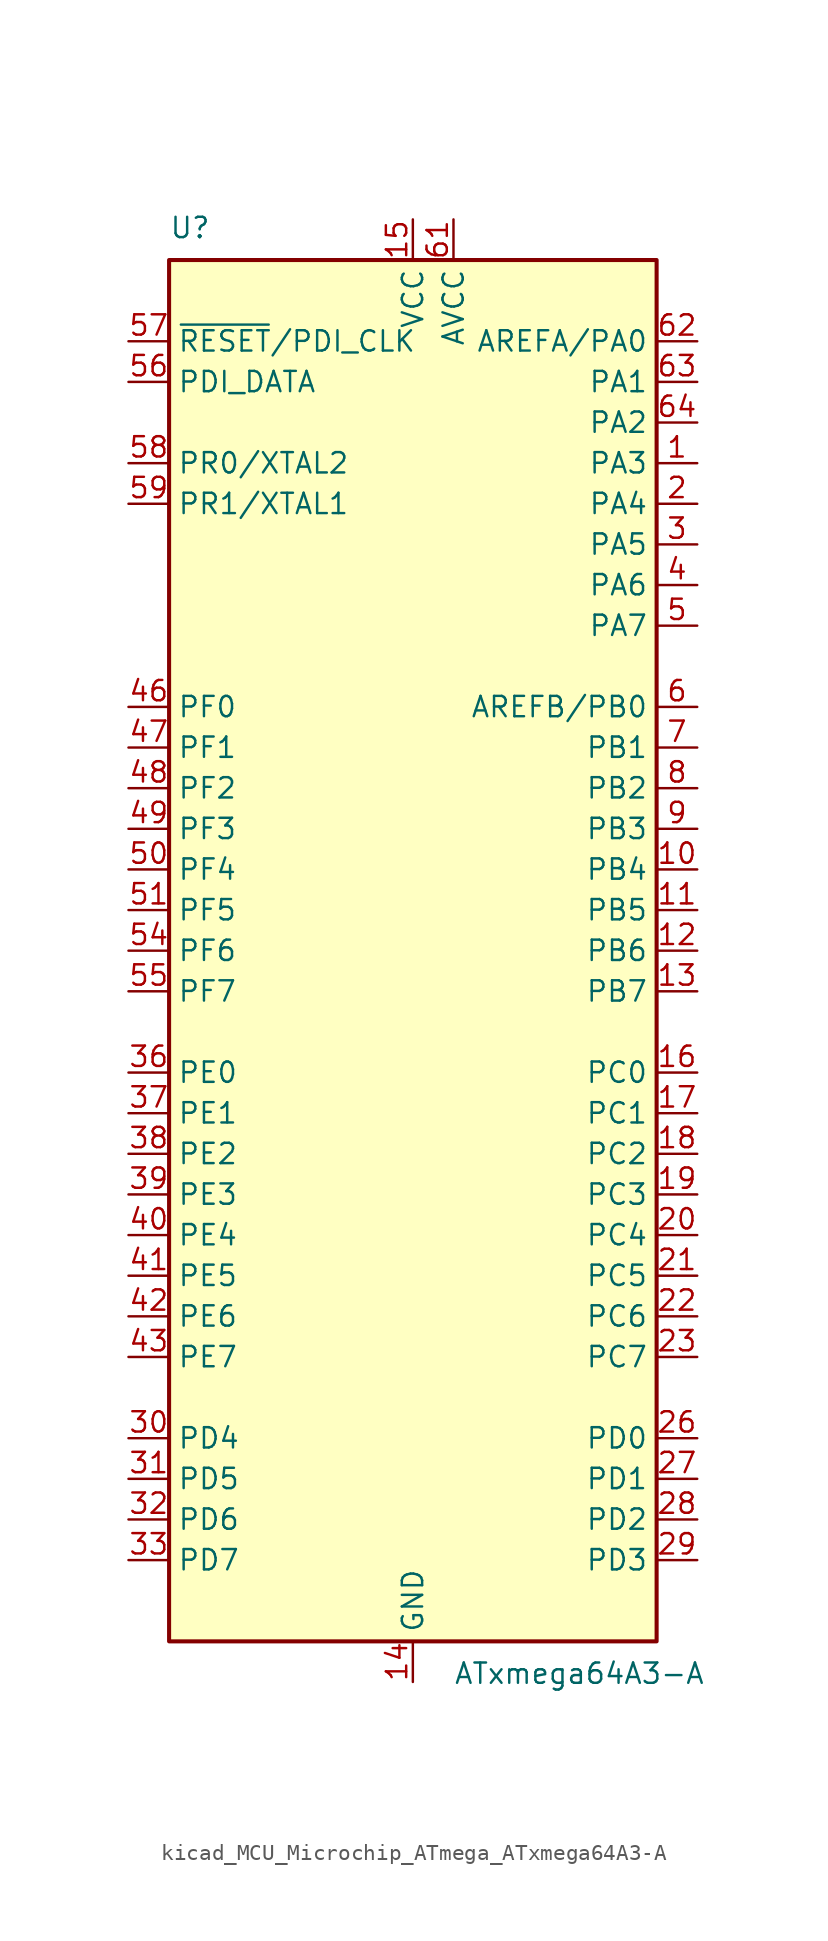
<source format=kicad_sym>
(kicad_symbol_lib
  (version 20220914)
  (generator kicad_symbol_editor)
  (symbol "kicad_MCU_Microchip_ATmega_ATxmega64A3-A"
    (property "Reference" "U"
      (at -15.24 44.45 0)
      (effects (font (size 1.27 1.27)) (justify left bottom)))
    (property "Value" "ATxmega64A3-A"
      (at 2.54 -44.45 0)
      (effects (font (size 1.27 1.27)) (justify left top)))
    (symbol "kicad_MCU_Microchip_ATmega_ATxmega64A3-A_0_1"
      (rectangle (start -15.24 -43.18) (end 15.24 43.18) (stroke (width 0.254) (type default)) (fill (type background))))
    (symbol "kicad_MCU_Microchip_ATmega_ATxmega64A3-A_1_1"
      (pin bidirectional line (at 17.78 30.48 180) (length 2.54) (name "PA3" (effects (font (size 1.27 1.27)))) (number "1" (effects (font (size 1.27 1.27)))))
      (pin bidirectional line (at 17.78 5.08 180) (length 2.54) (name "PB4" (effects (font (size 1.27 1.27)))) (number "10" (effects (font (size 1.27 1.27)))))
      (pin bidirectional line (at 17.78 2.54 180) (length 2.54) (name "PB5" (effects (font (size 1.27 1.27)))) (number "11" (effects (font (size 1.27 1.27)))))
      (pin bidirectional line (at 17.78 0 180) (length 2.54) (name "PB6" (effects (font (size 1.27 1.27)))) (number "12" (effects (font (size 1.27 1.27)))))
      (pin bidirectional line (at 17.78 -2.54 180) (length 2.54) (name "PB7" (effects (font (size 1.27 1.27)))) (number "13" (effects (font (size 1.27 1.27)))))
      (pin power_in line (at 0 -45.72 90) (length 2.54) (name "GND" (effects (font (size 1.27 1.27)))) (number "14" (effects (font (size 1.27 1.27)))))
      (pin power_in line (at 0 45.72 270) (length 2.54) (name "VCC" (effects (font (size 1.27 1.27)))) (number "15" (effects (font (size 1.27 1.27)))))
      (pin bidirectional line (at 17.78 -7.62 180) (length 2.54) (name "PC0" (effects (font (size 1.27 1.27)))) (number "16" (effects (font (size 1.27 1.27)))))
      (pin bidirectional line (at 17.78 -10.16 180) (length 2.54) (name "PC1" (effects (font (size 1.27 1.27)))) (number "17" (effects (font (size 1.27 1.27)))))
      (pin bidirectional line (at 17.78 -12.7 180) (length 2.54) (name "PC2" (effects (font (size 1.27 1.27)))) (number "18" (effects (font (size 1.27 1.27)))))
      (pin bidirectional line (at 17.78 -15.24 180) (length 2.54) (name "PC3" (effects (font (size 1.27 1.27)))) (number "19" (effects (font (size 1.27 1.27)))))
      (pin bidirectional line (at 17.78 27.94 180) (length 2.54) (name "PA4" (effects (font (size 1.27 1.27)))) (number "2" (effects (font (size 1.27 1.27)))))
      (pin bidirectional line (at 17.78 -17.78 180) (length 2.54) (name "PC4" (effects (font (size 1.27 1.27)))) (number "20" (effects (font (size 1.27 1.27)))))
      (pin bidirectional line (at 17.78 -20.32 180) (length 2.54) (name "PC5" (effects (font (size 1.27 1.27)))) (number "21" (effects (font (size 1.27 1.27)))))
      (pin bidirectional line (at 17.78 -22.86 180) (length 2.54) (name "PC6" (effects (font (size 1.27 1.27)))) (number "22" (effects (font (size 1.27 1.27)))))
      (pin bidirectional line (at 17.78 -25.4 180) (length 2.54) (name "PC7" (effects (font (size 1.27 1.27)))) (number "23" (effects (font (size 1.27 1.27)))))
      (pin passive line (at 0 -45.72 90) (length 2.54) hide (name "GND" (effects (font (size 1.27 1.27)))) (number "24" (effects (font (size 1.27 1.27)))))
      (pin passive line (at 0 45.72 270) (length 2.54) hide (name "VCC" (effects (font (size 1.27 1.27)))) (number "25" (effects (font (size 1.27 1.27)))))
      (pin bidirectional line (at 17.78 -30.48 180) (length 2.54) (name "PD0" (effects (font (size 1.27 1.27)))) (number "26" (effects (font (size 1.27 1.27)))))
      (pin bidirectional line (at 17.78 -33.02 180) (length 2.54) (name "PD1" (effects (font (size 1.27 1.27)))) (number "27" (effects (font (size 1.27 1.27)))))
      (pin bidirectional line (at 17.78 -35.56 180) (length 2.54) (name "PD2" (effects (font (size 1.27 1.27)))) (number "28" (effects (font (size 1.27 1.27)))))
      (pin bidirectional line (at 17.78 -38.1 180) (length 2.54) (name "PD3" (effects (font (size 1.27 1.27)))) (number "29" (effects (font (size 1.27 1.27)))))
      (pin bidirectional line (at 17.78 25.4 180) (length 2.54) (name "PA5" (effects (font (size 1.27 1.27)))) (number "3" (effects (font (size 1.27 1.27)))))
      (pin bidirectional line (at -17.78 -30.48 0) (length 2.54) (name "PD4" (effects (font (size 1.27 1.27)))) (number "30" (effects (font (size 1.27 1.27)))))
      (pin bidirectional line (at -17.78 -33.02 0) (length 2.54) (name "PD5" (effects (font (size 1.27 1.27)))) (number "31" (effects (font (size 1.27 1.27)))))
      (pin bidirectional line (at -17.78 -35.56 0) (length 2.54) (name "PD6" (effects (font (size 1.27 1.27)))) (number "32" (effects (font (size 1.27 1.27)))))
      (pin bidirectional line (at -17.78 -38.1 0) (length 2.54) (name "PD7" (effects (font (size 1.27 1.27)))) (number "33" (effects (font (size 1.27 1.27)))))
      (pin passive line (at 0 -45.72 90) (length 2.54) hide (name "GND" (effects (font (size 1.27 1.27)))) (number "34" (effects (font (size 1.27 1.27)))))
      (pin passive line (at 0 45.72 270) (length 2.54) hide (name "VCC" (effects (font (size 1.27 1.27)))) (number "35" (effects (font (size 1.27 1.27)))))
      (pin bidirectional line (at -17.78 -7.62 0) (length 2.54) (name "PE0" (effects (font (size 1.27 1.27)))) (number "36" (effects (font (size 1.27 1.27)))))
      (pin bidirectional line (at -17.78 -10.16 0) (length 2.54) (name "PE1" (effects (font (size 1.27 1.27)))) (number "37" (effects (font (size 1.27 1.27)))))
      (pin bidirectional line (at -17.78 -12.7 0) (length 2.54) (name "PE2" (effects (font (size 1.27 1.27)))) (number "38" (effects (font (size 1.27 1.27)))))
      (pin bidirectional line (at -17.78 -15.24 0) (length 2.54) (name "PE3" (effects (font (size 1.27 1.27)))) (number "39" (effects (font (size 1.27 1.27)))))
      (pin bidirectional line (at 17.78 22.86 180) (length 2.54) (name "PA6" (effects (font (size 1.27 1.27)))) (number "4" (effects (font (size 1.27 1.27)))))
      (pin bidirectional line (at -17.78 -17.78 0) (length 2.54) (name "PE4" (effects (font (size 1.27 1.27)))) (number "40" (effects (font (size 1.27 1.27)))))
      (pin bidirectional line (at -17.78 -20.32 0) (length 2.54) (name "PE5" (effects (font (size 1.27 1.27)))) (number "41" (effects (font (size 1.27 1.27)))))
      (pin bidirectional line (at -17.78 -22.86 0) (length 2.54) (name "PE6" (effects (font (size 1.27 1.27)))) (number "42" (effects (font (size 1.27 1.27)))))
      (pin bidirectional line (at -17.78 -25.4 0) (length 2.54) (name "PE7" (effects (font (size 1.27 1.27)))) (number "43" (effects (font (size 1.27 1.27)))))
      (pin passive line (at 0 -45.72 90) (length 2.54) hide (name "GND" (effects (font (size 1.27 1.27)))) (number "44" (effects (font (size 1.27 1.27)))))
      (pin passive line (at 0 45.72 270) (length 2.54) hide (name "VCC" (effects (font (size 1.27 1.27)))) (number "45" (effects (font (size 1.27 1.27)))))
      (pin bidirectional line (at -17.78 15.24 0) (length 2.54) (name "PF0" (effects (font (size 1.27 1.27)))) (number "46" (effects (font (size 1.27 1.27)))))
      (pin bidirectional line (at -17.78 12.7 0) (length 2.54) (name "PF1" (effects (font (size 1.27 1.27)))) (number "47" (effects (font (size 1.27 1.27)))))
      (pin bidirectional line (at -17.78 10.16 0) (length 2.54) (name "PF2" (effects (font (size 1.27 1.27)))) (number "48" (effects (font (size 1.27 1.27)))))
      (pin bidirectional line (at -17.78 7.62 0) (length 2.54) (name "PF3" (effects (font (size 1.27 1.27)))) (number "49" (effects (font (size 1.27 1.27)))))
      (pin bidirectional line (at 17.78 20.32 180) (length 2.54) (name "PA7" (effects (font (size 1.27 1.27)))) (number "5" (effects (font (size 1.27 1.27)))))
      (pin bidirectional line (at -17.78 5.08 0) (length 2.54) (name "PF4" (effects (font (size 1.27 1.27)))) (number "50" (effects (font (size 1.27 1.27)))))
      (pin bidirectional line (at -17.78 2.54 0) (length 2.54) (name "PF5" (effects (font (size 1.27 1.27)))) (number "51" (effects (font (size 1.27 1.27)))))
      (pin passive line (at 0 -45.72 90) (length 2.54) hide (name "GND" (effects (font (size 1.27 1.27)))) (number "52" (effects (font (size 1.27 1.27)))))
      (pin passive line (at 0 45.72 270) (length 2.54) hide (name "VCC" (effects (font (size 1.27 1.27)))) (number "53" (effects (font (size 1.27 1.27)))))
      (pin bidirectional line (at -17.78 0 0) (length 2.54) (name "PF6" (effects (font (size 1.27 1.27)))) (number "54" (effects (font (size 1.27 1.27)))))
      (pin bidirectional line (at -17.78 -2.54 0) (length 2.54) (name "PF7" (effects (font (size 1.27 1.27)))) (number "55" (effects (font (size 1.27 1.27)))))
      (pin bidirectional line (at -17.78 35.56 0) (length 2.54) (name "PDI_DATA" (effects (font (size 1.27 1.27)))) (number "56" (effects (font (size 1.27 1.27)))))
      (pin input line (at -17.78 38.1 0) (length 2.54) (name "~{RESET}/PDI_CLK" (effects (font (size 1.27 1.27)))) (number "57" (effects (font (size 1.27 1.27)))))
      (pin bidirectional line (at -17.78 30.48 0) (length 2.54) (name "PR0/XTAL2" (effects (font (size 1.27 1.27)))) (number "58" (effects (font (size 1.27 1.27)))))
      (pin bidirectional line (at -17.78 27.94 0) (length 2.54) (name "PR1/XTAL1" (effects (font (size 1.27 1.27)))) (number "59" (effects (font (size 1.27 1.27)))))
      (pin bidirectional line (at 17.78 15.24 180) (length 2.54) (name "AREFB/PB0" (effects (font (size 1.27 1.27)))) (number "6" (effects (font (size 1.27 1.27)))))
      (pin passive line (at 0 -45.72 90) (length 2.54) hide (name "GND" (effects (font (size 1.27 1.27)))) (number "60" (effects (font (size 1.27 1.27)))))
      (pin power_in line (at 2.54 45.72 270) (length 2.54) (name "AVCC" (effects (font (size 1.27 1.27)))) (number "61" (effects (font (size 1.27 1.27)))))
      (pin bidirectional line (at 17.78 38.1 180) (length 2.54) (name "AREFA/PA0" (effects (font (size 1.27 1.27)))) (number "62" (effects (font (size 1.27 1.27)))))
      (pin bidirectional line (at 17.78 35.56 180) (length 2.54) (name "PA1" (effects (font (size 1.27 1.27)))) (number "63" (effects (font (size 1.27 1.27)))))
      (pin bidirectional line (at 17.78 33.02 180) (length 2.54) (name "PA2" (effects (font (size 1.27 1.27)))) (number "64" (effects (font (size 1.27 1.27)))))
      (pin bidirectional line (at 17.78 12.7 180) (length 2.54) (name "PB1" (effects (font (size 1.27 1.27)))) (number "7" (effects (font (size 1.27 1.27)))))
      (pin bidirectional line (at 17.78 10.16 180) (length 2.54) (name "PB2" (effects (font (size 1.27 1.27)))) (number "8" (effects (font (size 1.27 1.27)))))
      (pin bidirectional line (at 17.78 7.62 180) (length 2.54) (name "PB3" (effects (font (size 1.27 1.27)))) (number "9" (effects (font (size 1.27 1.27))))))))
</source>
